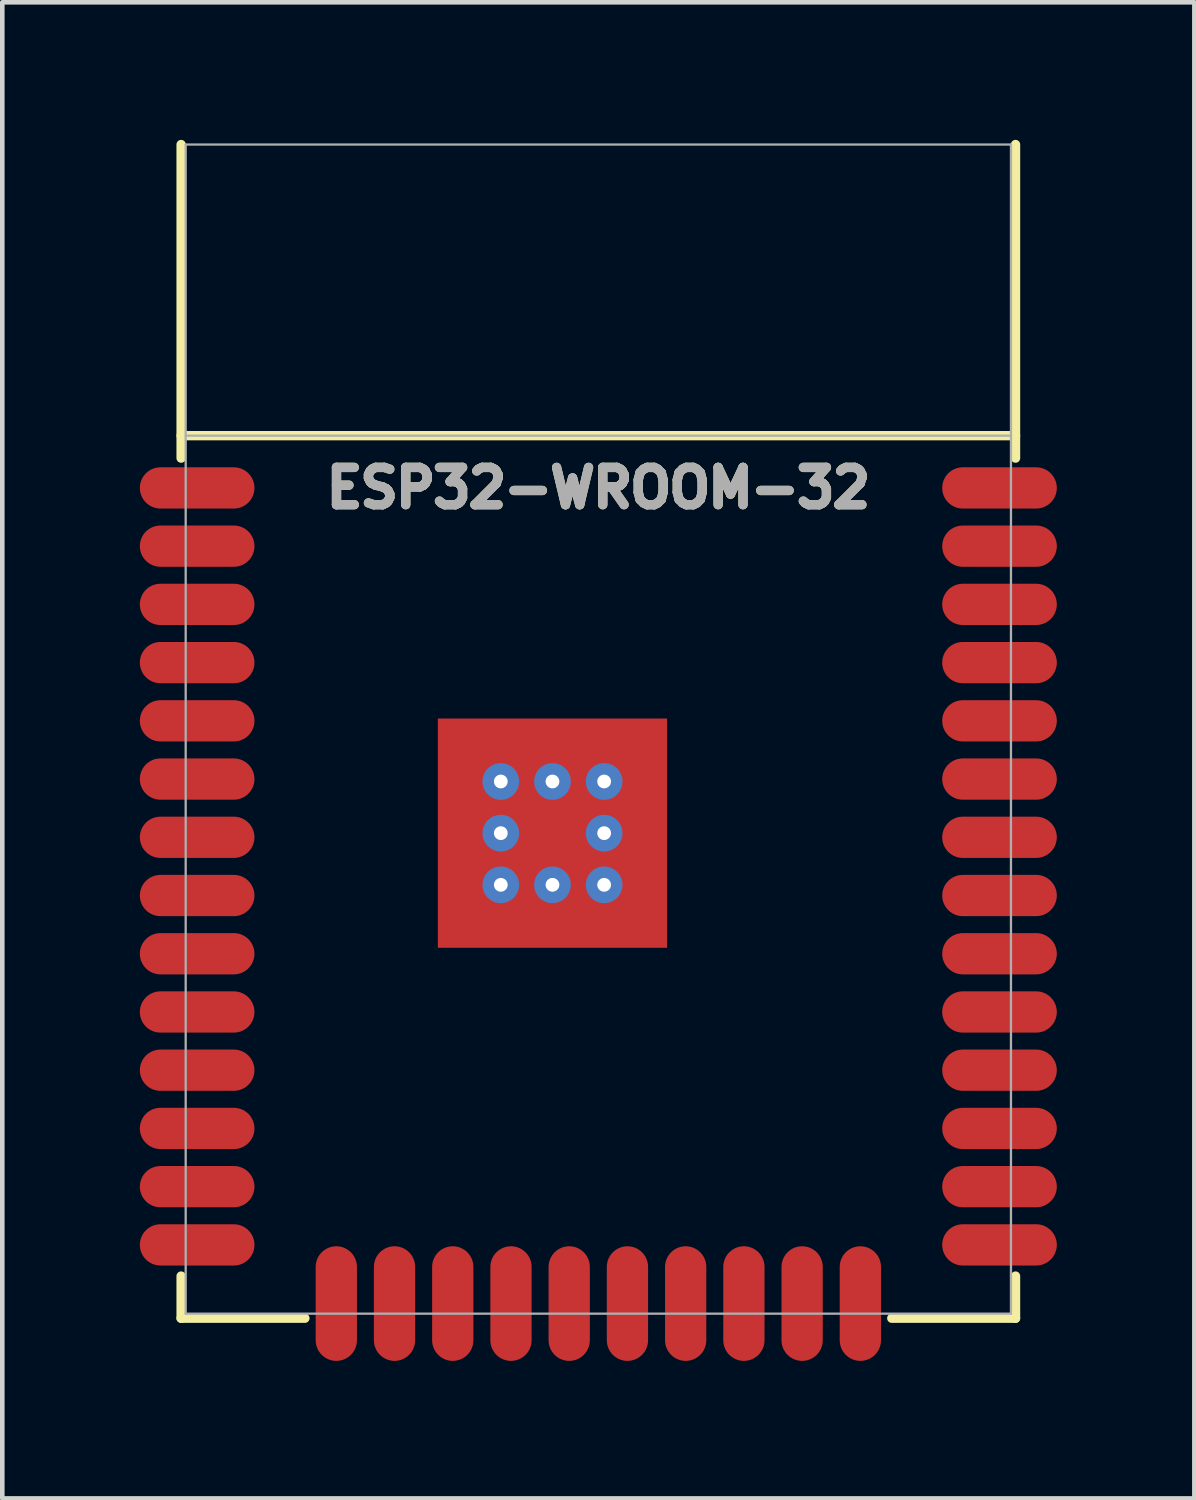
<source format=kicad_pcb>
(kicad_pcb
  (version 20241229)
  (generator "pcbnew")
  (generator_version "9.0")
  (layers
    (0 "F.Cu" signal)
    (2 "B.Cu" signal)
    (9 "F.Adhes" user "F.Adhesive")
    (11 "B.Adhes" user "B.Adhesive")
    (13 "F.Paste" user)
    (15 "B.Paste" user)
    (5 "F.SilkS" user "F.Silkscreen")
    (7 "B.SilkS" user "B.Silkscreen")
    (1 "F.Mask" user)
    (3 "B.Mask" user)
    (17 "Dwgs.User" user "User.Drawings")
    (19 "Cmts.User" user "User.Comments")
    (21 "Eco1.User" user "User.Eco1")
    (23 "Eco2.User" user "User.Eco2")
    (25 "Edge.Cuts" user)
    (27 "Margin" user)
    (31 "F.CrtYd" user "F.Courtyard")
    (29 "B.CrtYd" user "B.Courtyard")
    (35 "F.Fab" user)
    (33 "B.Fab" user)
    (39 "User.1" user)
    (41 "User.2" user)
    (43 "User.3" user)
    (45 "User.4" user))
  (footprint "ESP32-WROOM-32"
    (layer "F.Cu")
    (at 10 7.592)
    (property "Reference" "ESP32-WROOM-32" (at 0 0 0) (layer "F.Fab") (effects (font (size 0.813 0.813) (thickness 0.203))))
    (attr smd)
    (fp_line (start -9.1 -1.14) (end 9.1 -1.14) (stroke (width 0.203) (type solid)) (layer "F.SilkS"))
    (fp_line (start -9.1 -0.65) (end -9.1 -7.49) (stroke (width 0.203) (type solid)) (layer "F.SilkS"))
    (fp_line (start -9.1 18.11) (end -9.1 17.19) (stroke (width 0.203) (type solid)) (layer "F.SilkS"))
    (fp_line (start -6.4 18.11) (end -9.1 18.11) (stroke (width 0.203) (type solid)) (layer "F.SilkS"))
    (fp_line (start 9.1 -0.65) (end 9.1 -7.49) (stroke (width 0.203) (type solid)) (layer "F.SilkS"))
    (fp_line (start 9.1 18.11) (end 6.4 18.11) (stroke (width 0.203) (type solid)) (layer "F.SilkS"))
    (fp_line (start 9.1 18.11) (end 9.1 17.19) (stroke (width 0.203) (type solid)) (layer "F.SilkS"))
    (fp_line (start -9 -7.49) (end -9 18.01) (stroke (width 0.05) (type solid)) (layer "F.Fab"))
    (fp_line (start -9 -1.14) (end 9 -1.14) (stroke (width 0.05) (type solid)) (layer "F.Fab"))
    (fp_line (start -9 18.01) (end 9 18.01) (stroke (width 0.05) (type solid)) (layer "F.Fab"))
    (fp_line (start 9 -7.49) (end -9 -7.49) (stroke (width 0.05) (type solid)) (layer "F.Fab"))
    (fp_line (start 9 18.01) (end 9 -7.49) (stroke (width 0.05) (type solid)) (layer "F.Fab"))
    (fp_text user "${REFERENCE}" (at 0 0 0) (layer "F.SilkS") (effects (font (size 0.813 0.813) (thickness 0.203))))
    (pad "1" smd oval (at -8.75 0) (size 2.5 0.9) (layers "F.Cu" "F.Mask" "F.Paste"))
    (pad "2" smd oval (at -8.75 1.27) (size 2.5 0.9) (layers "F.Cu" "F.Mask" "F.Paste"))
    (pad "3" smd oval (at -8.75 2.54) (size 2.5 0.9) (layers "F.Cu" "F.Mask" "F.Paste"))
    (pad "4" smd oval (at -8.75 3.81) (size 2.5 0.9) (layers "F.Cu" "F.Mask" "F.Paste"))
    (pad "5" smd oval (at -8.75 5.08) (size 2.5 0.9) (layers "F.Cu" "F.Mask" "F.Paste"))
    (pad "6" smd oval (at -8.75 6.35) (size 2.5 0.9) (layers "F.Cu" "F.Mask" "F.Paste"))
    (pad "7" smd oval (at -8.75 7.62) (size 2.5 0.9) (layers "F.Cu" "F.Mask" "F.Paste"))
    (pad "8" smd oval (at -8.75 8.89) (size 2.5 0.9) (layers "F.Cu" "F.Mask" "F.Paste"))
    (pad "9" smd oval (at -8.75 10.16) (size 2.5 0.9) (layers "F.Cu" "F.Mask" "F.Paste"))
    (pad "10" smd oval (at -8.75 11.43) (size 2.5 0.9) (layers "F.Cu" "F.Mask" "F.Paste"))
    (pad "11" smd oval (at -8.75 12.7) (size 2.5 0.9) (layers "F.Cu" "F.Mask" "F.Paste"))
    (pad "12" smd oval (at -8.75 13.97) (size 2.5 0.9) (layers "F.Cu" "F.Mask" "F.Paste"))
    (pad "13" smd oval (at -8.75 15.24) (size 2.5 0.9) (layers "F.Cu" "F.Mask" "F.Paste"))
    (pad "14" smd oval (at -8.75 16.51) (size 2.5 0.9) (layers "F.Cu" "F.Mask" "F.Paste"))
    (pad "15" smd oval (at -5.715 17.79 90) (size 2.5 0.9) (layers "F.Cu" "F.Mask" "F.Paste"))
    (pad "16" smd oval (at -4.445 17.79 90) (size 2.5 0.9) (layers "F.Cu" "F.Mask" "F.Paste"))
    (pad "17" smd oval (at -3.175 17.79 90) (size 2.5 0.9) (layers "F.Cu" "F.Mask" "F.Paste"))
    (pad "18" smd oval (at -1.905 17.79 90) (size 2.5 0.9) (layers "F.Cu" "F.Mask" "F.Paste"))
    (pad "19" smd oval (at -0.635 17.79 90) (size 2.5 0.9) (layers "F.Cu" "F.Mask" "F.Paste"))
    (pad "20" smd oval (at 0.635 17.79 90) (size 2.5 0.9) (layers "F.Cu" "F.Mask" "F.Paste"))
    (pad "21" smd oval (at 1.905 17.79 90) (size 2.5 0.9) (layers "F.Cu" "F.Mask" "F.Paste"))
    (pad "22" smd oval (at 3.175 17.79 90) (size 2.5 0.9) (layers "F.Cu" "F.Mask" "F.Paste"))
    (pad "23" smd oval (at 4.445 17.79 90) (size 2.5 0.9) (layers "F.Cu" "F.Mask" "F.Paste"))
    (pad "24" smd oval (at 5.715 17.79 90) (size 2.5 0.9) (layers "F.Cu" "F.Mask" "F.Paste"))
    (pad "25" smd oval (at 8.75 16.51) (size 2.5 0.9) (layers "F.Cu" "F.Mask" "F.Paste"))
    (pad "26" smd oval (at 8.75 15.24) (size 2.5 0.9) (layers "F.Cu" "F.Mask" "F.Paste"))
    (pad "27" smd oval (at 8.75 13.97) (size 2.5 0.9) (layers "F.Cu" "F.Mask" "F.Paste"))
    (pad "28" smd oval (at 8.75 12.7) (size 2.5 0.9) (layers "F.Cu" "F.Mask" "F.Paste"))
    (pad "29" smd oval (at 8.75 11.43) (size 2.5 0.9) (layers "F.Cu" "F.Mask" "F.Paste"))
    (pad "30" smd oval (at 8.75 10.16) (size 2.5 0.9) (layers "F.Cu" "F.Mask" "F.Paste"))
    (pad "31" smd oval (at 8.75 8.89) (size 2.5 0.9) (layers "F.Cu" "F.Mask" "F.Paste"))
    (pad "32" smd oval (at 8.75 7.62) (size 2.5 0.9) (layers "F.Cu" "F.Mask" "F.Paste"))
    (pad "33" smd oval (at 8.75 6.35) (size 2.5 0.9) (layers "F.Cu" "F.Mask" "F.Paste"))
    (pad "34" smd oval (at 8.75 5.08) (size 2.5 0.9) (layers "F.Cu" "F.Mask" "F.Paste"))
    (pad "35" smd oval (at 8.75 3.81) (size 2.5 0.9) (layers "F.Cu" "F.Mask" "F.Paste"))
    (pad "36" smd oval (at 8.75 2.54) (size 2.5 0.9) (layers "F.Cu" "F.Mask" "F.Paste"))
    (pad "37" smd oval (at 8.75 1.27) (size 2.5 0.9) (layers "F.Cu" "F.Mask" "F.Paste"))
    (pad "38" smd oval (at 8.75 0) (size 2.5 0.9) (layers "F.Cu" "F.Mask" "F.Paste"))
    (pad "39" smd rect (at -3.032 7.53) (size 0.5 3) (layers "F.Cu" "F.Mask" "F.Paste"))
    (pad "39" thru_hole circle (at -2.127 6.403) (size 0.8 0.8) (drill 0.3) (layers "*.Cu" "F.Mask"))
    (pad "39" thru_hole circle (at -2.127 7.53) (size 0.8 0.8) (drill 0.3) (layers "*.Cu" "F.Mask"))
    (pad "39" thru_hole circle (at -2.127 8.657) (size 0.8 0.8) (drill 0.3) (layers "*.Cu" "F.Mask"))
    (pad "39" smd rect (at -1 5.498) (size 3 0.5) (layers "F.Cu" "F.Mask" "F.Paste"))
    (pad "39" thru_hole circle (at -1 6.403) (size 0.8 0.8) (drill 0.3) (layers "*.Cu" "F.Mask"))
    (pad "39" smd rect (at -1 7.53) (size 1.5 1.5) (layers "F.Cu" "F.Mask" "F.Paste"))
    (pad "39" smd rect (at -1 7.53) (size 5 5) (layers "F.Cu" "F.Mask"))
    (pad "39" thru_hole circle (at -1 8.657) (size 0.8 0.8) (drill 0.3) (layers "*.Cu" "F.Mask"))
    (pad "39" smd rect (at -1 9.562) (size 3 0.5) (layers "F.Cu" "F.Mask" "F.Paste"))
    (pad "39" thru_hole circle (at 0.127 6.403) (size 0.8 0.8) (drill 0.3) (layers "*.Cu" "F.Mask"))
    (pad "39" thru_hole circle (at 0.127 7.53) (size 0.8 0.8) (drill 0.3) (layers "*.Cu" "F.Mask"))
    (pad "39" thru_hole circle (at 0.127 8.657) (size 0.8 0.8) (drill 0.3) (layers "*.Cu" "F.Mask"))
    (pad "39" smd rect (at 1.159 7.53) (size 0.5 3) (layers "F.Cu" "F.Mask" "F.Paste")))
  (gr_rect
    (start -3 -3)
    (end 23 29.632)
    (stroke (width 0.1) (type default))
    (fill no)
    (layer "Edge.Cuts")))
</source>
